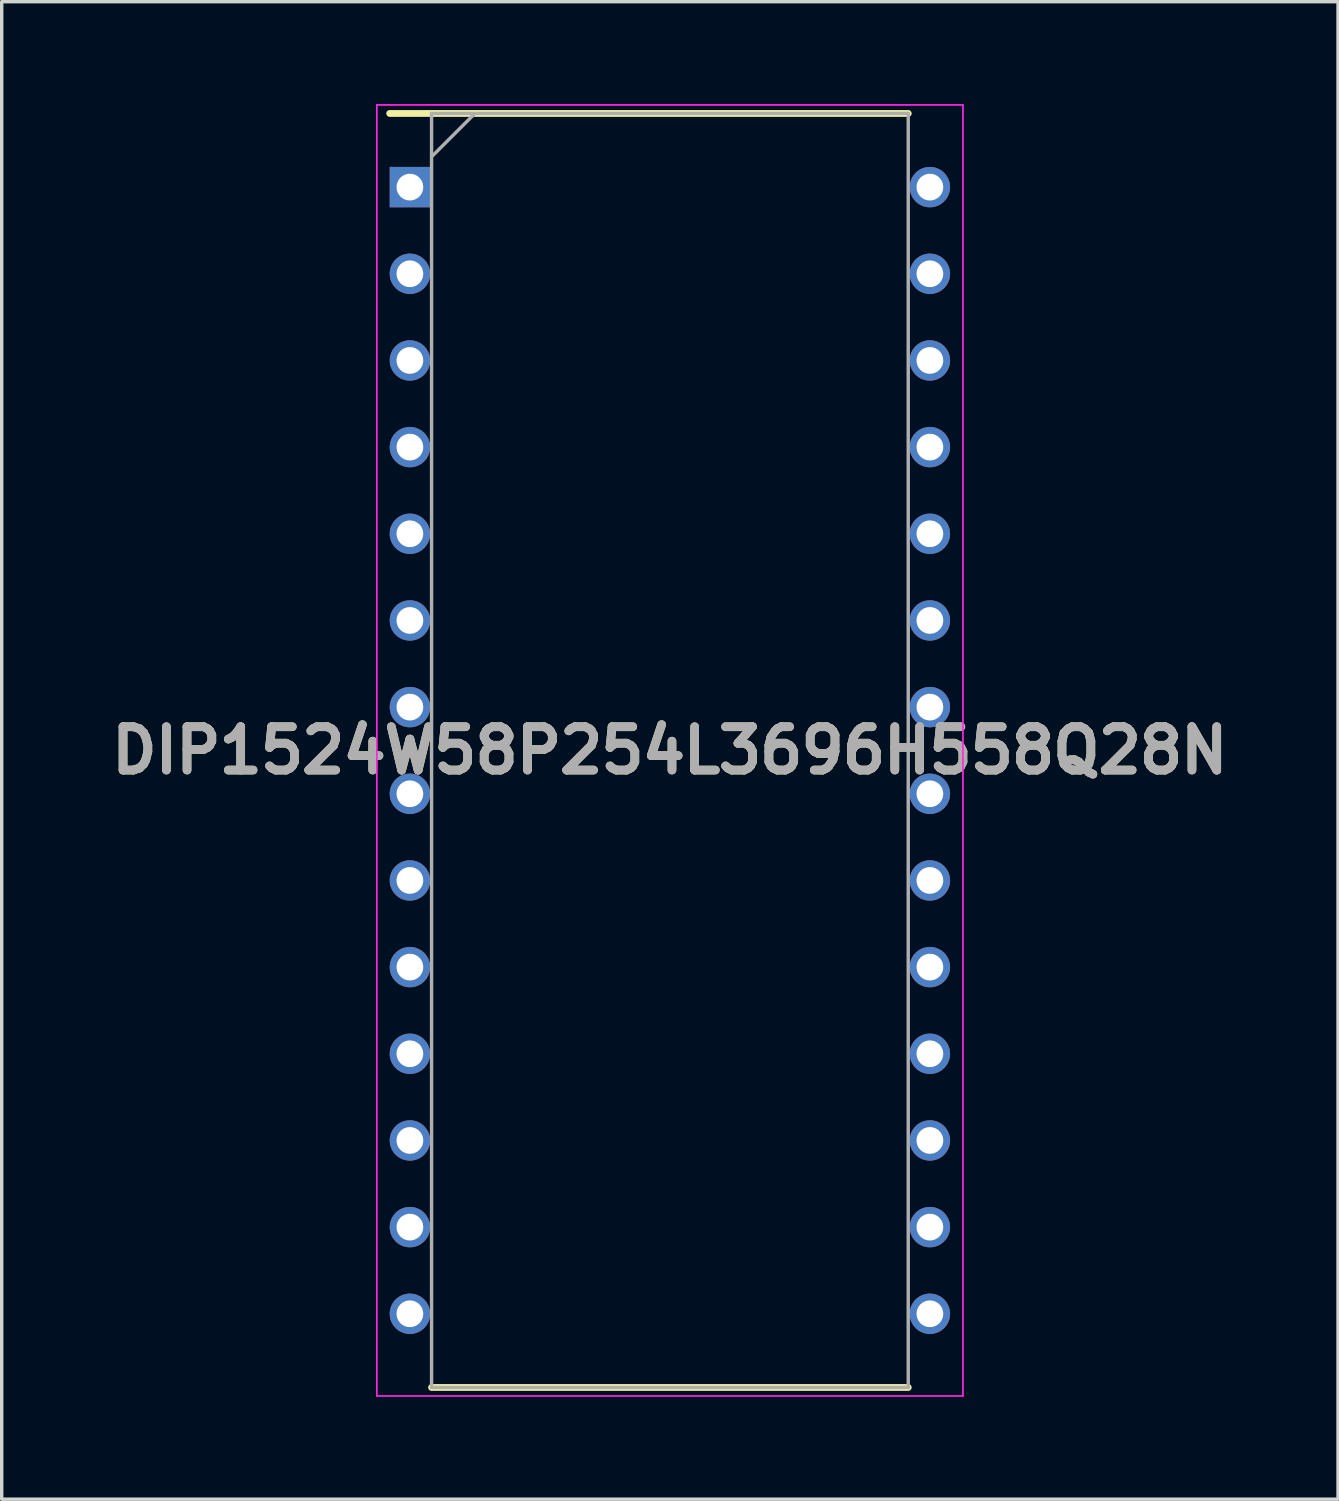
<source format=kicad_pcb>
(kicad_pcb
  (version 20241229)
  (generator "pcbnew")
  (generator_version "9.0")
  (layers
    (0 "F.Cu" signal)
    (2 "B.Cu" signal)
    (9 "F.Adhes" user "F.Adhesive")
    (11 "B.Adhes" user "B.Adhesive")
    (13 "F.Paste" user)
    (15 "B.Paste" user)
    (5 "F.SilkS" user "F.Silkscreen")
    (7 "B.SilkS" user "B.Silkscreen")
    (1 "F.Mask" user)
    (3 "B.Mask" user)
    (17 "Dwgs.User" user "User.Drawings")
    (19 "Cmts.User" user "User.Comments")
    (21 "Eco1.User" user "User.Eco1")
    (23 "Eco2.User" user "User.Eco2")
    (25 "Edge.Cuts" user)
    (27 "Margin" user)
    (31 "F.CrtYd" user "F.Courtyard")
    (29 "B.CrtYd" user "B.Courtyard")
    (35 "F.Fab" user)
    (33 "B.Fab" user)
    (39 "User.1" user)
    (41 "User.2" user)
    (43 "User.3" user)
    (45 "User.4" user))
  (footprint "DIP1524W58P254L3696H558Q28N"
    (layer "F.Cu")
    (at 16.583 18.944)
    (property "Reference" "DIP1524W58P254L3696H558Q28N" (at 0 0 0) (layer "F.SilkS") (effects (font (size 1.27 1.27) (thickness 0.254))))
    (attr through_hole)
    (fp_line (start -8.212 -18.669) (end 6.985 -18.669) (stroke (width 0.2) (type solid)) (layer "F.SilkS"))
    (fp_line (start -6.985 18.669) (end 6.985 18.669) (stroke (width 0.2) (type solid)) (layer "F.SilkS"))
    (fp_line (start -8.589 -18.919) (end 8.589 -18.919) (stroke (width 0.05) (type solid)) (layer "F.CrtYd"))
    (fp_line (start -8.589 18.919) (end -8.589 -18.919) (stroke (width 0.05) (type solid)) (layer "F.CrtYd"))
    (fp_line (start 8.589 -18.919) (end 8.589 18.919) (stroke (width 0.05) (type solid)) (layer "F.CrtYd"))
    (fp_line (start 8.589 18.919) (end -8.589 18.919) (stroke (width 0.05) (type solid)) (layer "F.CrtYd"))
    (fp_line (start -6.985 -18.669) (end 6.985 -18.669) (stroke (width 0.1) (type solid)) (layer "F.Fab"))
    (fp_line (start -6.985 -17.399) (end -5.715 -18.669) (stroke (width 0.1) (type solid)) (layer "F.Fab"))
    (fp_line (start -6.985 18.669) (end -6.985 -18.669) (stroke (width 0.1) (type solid)) (layer "F.Fab"))
    (fp_line (start 6.985 -18.669) (end 6.985 18.669) (stroke (width 0.1) (type solid)) (layer "F.Fab"))
    (fp_line (start 6.985 18.669) (end -6.985 18.669) (stroke (width 0.1) (type solid)) (layer "F.Fab"))
    (fp_text user "${REFERENCE}" (at 0 0 0) (layer "F.Fab") (effects (font (size 1.27 1.27) (thickness 0.254))))
    (pad "1" thru_hole rect (at -7.62 -16.51) (size 1.184 1.184) (drill 0.784) (layers "*.Cu" "*.Mask"))
    (pad "2" thru_hole circle (at -7.62 -13.97) (size 1.184 1.184) (drill 0.784) (layers "*.Cu" "*.Mask"))
    (pad "3" thru_hole circle (at -7.62 -11.43) (size 1.184 1.184) (drill 0.784) (layers "*.Cu" "*.Mask"))
    (pad "4" thru_hole circle (at -7.62 -8.89) (size 1.184 1.184) (drill 0.784) (layers "*.Cu" "*.Mask"))
    (pad "5" thru_hole circle (at -7.62 -6.35) (size 1.184 1.184) (drill 0.784) (layers "*.Cu" "*.Mask"))
    (pad "6" thru_hole circle (at -7.62 -3.81) (size 1.184 1.184) (drill 0.784) (layers "*.Cu" "*.Mask"))
    (pad "7" thru_hole circle (at -7.62 -1.27) (size 1.184 1.184) (drill 0.784) (layers "*.Cu" "*.Mask"))
    (pad "8" thru_hole circle (at -7.62 1.27) (size 1.184 1.184) (drill 0.784) (layers "*.Cu" "*.Mask"))
    (pad "9" thru_hole circle (at -7.62 3.81) (size 1.184 1.184) (drill 0.784) (layers "*.Cu" "*.Mask"))
    (pad "10" thru_hole circle (at -7.62 6.35) (size 1.184 1.184) (drill 0.784) (layers "*.Cu" "*.Mask"))
    (pad "11" thru_hole circle (at -7.62 8.89) (size 1.184 1.184) (drill 0.784) (layers "*.Cu" "*.Mask"))
    (pad "12" thru_hole circle (at -7.62 11.43) (size 1.184 1.184) (drill 0.784) (layers "*.Cu" "*.Mask"))
    (pad "13" thru_hole circle (at -7.62 13.97) (size 1.184 1.184) (drill 0.784) (layers "*.Cu" "*.Mask"))
    (pad "14" thru_hole circle (at -7.62 16.51) (size 1.184 1.184) (drill 0.784) (layers "*.Cu" "*.Mask"))
    (pad "15" thru_hole circle (at 7.62 16.51) (size 1.184 1.184) (drill 0.784) (layers "*.Cu" "*.Mask"))
    (pad "16" thru_hole circle (at 7.62 13.97) (size 1.184 1.184) (drill 0.784) (layers "*.Cu" "*.Mask"))
    (pad "17" thru_hole circle (at 7.62 11.43) (size 1.184 1.184) (drill 0.784) (layers "*.Cu" "*.Mask"))
    (pad "18" thru_hole circle (at 7.62 8.89) (size 1.184 1.184) (drill 0.784) (layers "*.Cu" "*.Mask"))
    (pad "19" thru_hole circle (at 7.62 6.35) (size 1.184 1.184) (drill 0.784) (layers "*.Cu" "*.Mask"))
    (pad "20" thru_hole circle (at 7.62 3.81) (size 1.184 1.184) (drill 0.784) (layers "*.Cu" "*.Mask"))
    (pad "21" thru_hole circle (at 7.62 1.27) (size 1.184 1.184) (drill 0.784) (layers "*.Cu" "*.Mask"))
    (pad "22" thru_hole circle (at 7.62 -1.27) (size 1.184 1.184) (drill 0.784) (layers "*.Cu" "*.Mask"))
    (pad "23" thru_hole circle (at 7.62 -3.81) (size 1.184 1.184) (drill 0.784) (layers "*.Cu" "*.Mask"))
    (pad "24" thru_hole circle (at 7.62 -6.35) (size 1.184 1.184) (drill 0.784) (layers "*.Cu" "*.Mask"))
    (pad "25" thru_hole circle (at 7.62 -8.89) (size 1.184 1.184) (drill 0.784) (layers "*.Cu" "*.Mask"))
    (pad "26" thru_hole circle (at 7.62 -11.43) (size 1.184 1.184) (drill 0.784) (layers "*.Cu" "*.Mask"))
    (pad "27" thru_hole circle (at 7.62 -13.97) (size 1.184 1.184) (drill 0.784) (layers "*.Cu" "*.Mask"))
    (pad "28" thru_hole circle (at 7.62 -16.51) (size 1.184 1.184) (drill 0.784) (layers "*.Cu" "*.Mask")))
  (gr_rect
    (start -3 -3)
    (end 36.165 40.888)
    (stroke (width 0.1) (type default))
    (fill no)
    (layer "Edge.Cuts")))
</source>
